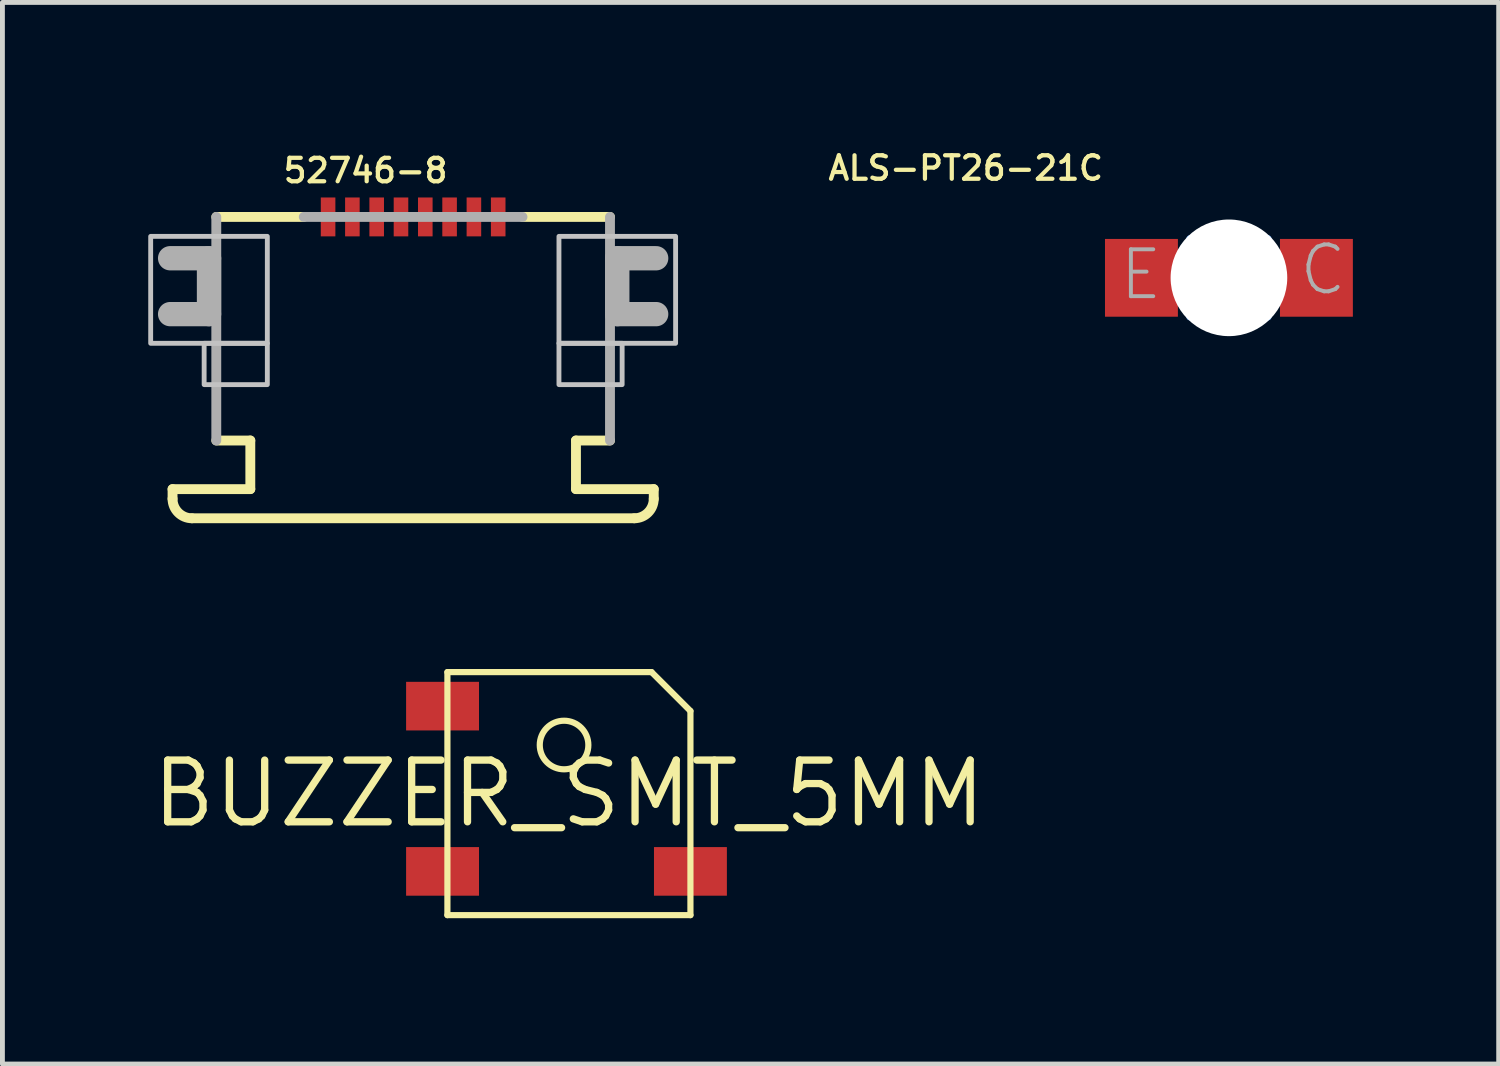
<source format=kicad_pcb>
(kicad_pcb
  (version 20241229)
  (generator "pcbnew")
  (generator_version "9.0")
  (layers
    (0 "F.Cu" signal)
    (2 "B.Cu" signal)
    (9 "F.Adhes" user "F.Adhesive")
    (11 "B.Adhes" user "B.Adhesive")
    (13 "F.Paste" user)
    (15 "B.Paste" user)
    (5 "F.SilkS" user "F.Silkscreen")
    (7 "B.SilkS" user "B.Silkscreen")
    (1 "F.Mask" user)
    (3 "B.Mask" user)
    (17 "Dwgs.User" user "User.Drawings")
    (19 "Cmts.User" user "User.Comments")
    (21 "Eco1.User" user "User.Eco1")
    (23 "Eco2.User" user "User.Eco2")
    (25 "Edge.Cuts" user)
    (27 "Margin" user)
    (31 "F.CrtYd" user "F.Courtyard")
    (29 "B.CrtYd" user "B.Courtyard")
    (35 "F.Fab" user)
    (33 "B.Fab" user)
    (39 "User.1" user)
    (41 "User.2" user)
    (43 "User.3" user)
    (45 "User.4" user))
  (footprint "ALS-PT26-21C"
    (layer "F.Cu")
    (at 22.234 2.666)
    (property "Reference" "ALS-PT26-21C" (at -2.54 -2.54 0) (layer "F.SilkS") (effects (font (size 0.483 0.483) (thickness 0.087)) (justify right top)))
    (attr through_hole)
    (fp_line (start -0.762 -0.762) (end -0.762 0.762) (stroke (width 0.152) (type solid)) (layer "F.SilkS"))
    (fp_line (start -0.762 0.762) (end 0 0.762) (stroke (width 0.152) (type solid)) (layer "F.SilkS"))
    (fp_line (start 0 -0.762) (end -0.762 -0.762) (stroke (width 0.152) (type solid)) (layer "F.SilkS"))
    (fp_line (start 0 -0.254) (end 0 -0.762) (stroke (width 0.152) (type solid)) (layer "F.SilkS"))
    (fp_line (start 0 0.254) (end 0.762 0.254) (stroke (width 0.152) (type solid)) (layer "F.SilkS"))
    (fp_line (start 0 0.762) (end 0 0.254) (stroke (width 0.152) (type solid)) (layer "F.SilkS"))
    (fp_line (start 0.762 -0.254) (end 0 -0.254) (stroke (width 0.152) (type solid)) (layer "F.SilkS"))
    (fp_line (start 0.762 0.254) (end 0.762 -0.254) (stroke (width 0.152) (type solid)) (layer "F.SilkS"))
    (fp_poly (pts (xy -2.5 0.8) (xy -1.3 0.8) (xy -1.3 -0.8) (xy -2.5 -0.8)) (stroke (width 0) (type solid)) (fill yes) (layer "F.Paste"))
    (fp_poly (pts (xy 1.3 0.8) (xy 2.5 0.8) (xy 2.5 -0.8) (xy 1.3 -0.8)) (stroke (width 0) (type solid)) (fill yes) (layer "F.Paste"))
    (fp_line (start -0.8 -0.8) (end -0.8 0.8) (stroke (width 0.152) (type solid)) (layer "Cmts.User"))
    (fp_line (start -0.8 0.8) (end 0.8 0.8) (stroke (width 0.152) (type solid)) (layer "Cmts.User"))
    (fp_line (start 0.8 -0.8) (end -0.8 -0.8) (stroke (width 0.152) (type solid)) (layer "Cmts.User"))
    (fp_line (start 0.8 0.8) (end 0.8 -0.8) (stroke (width 0.152) (type solid)) (layer "Cmts.User"))
    (fp_text user "C" (at 1.4 0.4 0) (layer "F.Fab") (effects (font (size 0.965 0.965) (thickness 0.081)) (justify left bottom)))
    (fp_text user "E" (at -2.3 0.5 0) (layer "F.Fab") (effects (font (size 0.965 0.965) (thickness 0.081)) (justify left bottom)))
    (pad "" np_thru_hole circle (at 0 0) (size 2.4 2.4) (drill 2.4) (layers "*.Cu" "*.Mask"))
    (pad "1_E" smd rect (at -1.8 0) (size 1.5 1.6) (layers "F.Cu" "F.Mask"))
    (pad "2_C" smd rect (at 1.8 0) (size 1.5 1.6) (layers "F.Cu" "F.Mask")))
  (footprint "52746-8"
    (layer "F.Cu")
    (at 5.45 2.013)
    (property "Reference" "52746-8" (at -2.715 -1.27 0) (layer "F.SilkS") (effects (font (size 0.483 0.483) (thickness 0.087)) (justify left bottom)))
    (attr through_hole)
    (fp_poly (pts (xy -5.4 2) (xy -3 2) (xy -3 -0.2) (xy -5.4 -0.2)) (stroke (width 0) (type solid)) (fill yes) (layer "F.Mask"))
    (fp_poly (pts (xy -4.3 2.85) (xy -3 2.85) (xy -3 2) (xy -4.3 2)) (stroke (width 0) (type solid)) (fill yes) (layer "F.Mask"))
    (fp_poly (pts (xy -1.925 -0.175) (xy -1.575 -0.175) (xy -1.575 -1.025) (xy -1.925 -1.025)) (stroke (width 0) (type solid)) (fill yes) (layer "F.Mask"))
    (fp_poly (pts (xy -1.425 -0.175) (xy -1.075 -0.175) (xy -1.075 -1.025) (xy -1.425 -1.025)) (stroke (width 0) (type solid)) (fill yes) (layer "F.Mask"))
    (fp_poly (pts (xy -0.925 -0.175) (xy -0.575 -0.175) (xy -0.575 -1.025) (xy -0.925 -1.025)) (stroke (width 0) (type solid)) (fill yes) (layer "F.Mask"))
    (fp_poly (pts (xy -0.425 -0.175) (xy -0.075 -0.175) (xy -0.075 -1.025) (xy -0.425 -1.025)) (stroke (width 0) (type solid)) (fill yes) (layer "F.Mask"))
    (fp_poly (pts (xy 0.075 -0.175) (xy 0.425 -0.175) (xy 0.425 -1.025) (xy 0.075 -1.025)) (stroke (width 0) (type solid)) (fill yes) (layer "F.Mask"))
    (fp_poly (pts (xy 0.575 -0.175) (xy 0.925 -0.175) (xy 0.925 -1.025) (xy 0.575 -1.025)) (stroke (width 0) (type solid)) (fill yes) (layer "F.Mask"))
    (fp_poly (pts (xy 1.075 -0.175) (xy 1.425 -0.175) (xy 1.425 -1.025) (xy 1.075 -1.025)) (stroke (width 0) (type solid)) (fill yes) (layer "F.Mask"))
    (fp_poly (pts (xy 1.575 -0.175) (xy 1.925 -0.175) (xy 1.925 -1.025) (xy 1.575 -1.025)) (stroke (width 0) (type solid)) (fill yes) (layer "F.Mask"))
    (fp_poly (pts (xy 3 2) (xy 5.4 2) (xy 5.4 -0.2) (xy 3 -0.2)) (stroke (width 0) (type solid)) (fill yes) (layer "F.Mask"))
    (fp_poly (pts (xy 3 2.85) (xy 4.3 2.85) (xy 4.3 2) (xy 3 2)) (stroke (width 0) (type solid)) (fill yes) (layer "F.Mask"))
    (fp_line (start -4.95 5) (end -3.35 5) (stroke (width 0.203) (type solid)) (layer "F.SilkS"))
    (fp_line (start -4.95 5.2) (end -4.95 5) (stroke (width 0.203) (type solid)) (layer "F.SilkS"))
    (fp_line (start -4.05 -0.6) (end -2.25 -0.6) (stroke (width 0.203) (type solid)) (layer "F.SilkS"))
    (fp_line (start -3.35 4) (end -4.05 4) (stroke (width 0.203) (type solid)) (layer "F.SilkS"))
    (fp_line (start -3.35 5) (end -3.35 4) (stroke (width 0.203) (type solid)) (layer "F.SilkS"))
    (fp_line (start 2.25 -0.6) (end 4.05 -0.6) (stroke (width 0.203) (type solid)) (layer "F.SilkS"))
    (fp_line (start 3.35 4) (end 3.35 5) (stroke (width 0.203) (type solid)) (layer "F.SilkS"))
    (fp_line (start 3.35 5) (end 4.95 5) (stroke (width 0.203) (type solid)) (layer "F.SilkS"))
    (fp_line (start 4.05 4) (end 3.35 4) (stroke (width 0.203) (type solid)) (layer "F.SilkS"))
    (fp_line (start 4.55 5.6) (end -4.55 5.6) (stroke (width 0.203) (type solid)) (layer "F.SilkS"))
    (fp_line (start 4.95 5) (end 4.95 5.2) (stroke (width 0.203) (type solid)) (layer "F.SilkS"))
    (fp_arc (start -4.55 5.6) (mid -4.832843 5.482843) (end -4.95 5.2) (stroke (width 0.2032) (type solid)) (layer "F.SilkS"))
    (fp_arc (start 4.95 5.2) (mid 4.832843 5.482843) (end 4.55 5.6) (stroke (width 0.2032) (type solid)) (layer "F.SilkS"))
    (fp_poly (pts (xy -5.275 1.9) (xy -3.1 1.9) (xy -3.1 -0.075) (xy -5.275 -0.075)) (stroke (width 0) (type solid)) (fill yes) (layer "F.Paste"))
    (fp_poly (pts (xy -4.2 2.75) (xy -3.1 2.75) (xy -3.1 1.9) (xy -4.2 1.9)) (stroke (width 0) (type solid)) (fill yes) (layer "F.Paste"))
    (fp_poly (pts (xy 3.1 1.9) (xy 5.275 1.9) (xy 5.275 -0.075) (xy 3.1 -0.075)) (stroke (width 0) (type solid)) (fill yes) (layer "F.Paste"))
    (fp_poly (pts (xy 3.1 2.75) (xy 4.2 2.75) (xy 4.2 1.9) (xy 3.1 1.9)) (stroke (width 0) (type solid)) (fill yes) (layer "F.Paste"))
    (fp_poly (pts (xy -5.4 2) (xy -3 2) (xy -3 -0.2) (xy -5.4 -0.2)) (stroke (width 0.1) (type solid)) (fill no) (layer "Dwgs.User"))
    (fp_poly (pts (xy -4.3 2.85) (xy -3 2.85) (xy -3 2) (xy -4.3 2)) (stroke (width 0.1) (type solid)) (fill no) (layer "Dwgs.User"))
    (fp_poly (pts (xy 3 2) (xy 5.4 2) (xy 5.4 -0.2) (xy 3 -0.2)) (stroke (width 0.1) (type solid)) (fill no) (layer "Dwgs.User"))
    (fp_poly (pts (xy 3 2.85) (xy 4.3 2.85) (xy 4.3 2) (xy 3 2)) (stroke (width 0.1) (type solid)) (fill no) (layer "Dwgs.User"))
    (fp_line (start -5 0.25) (end -4.2 0.25) (stroke (width 0.5) (type solid)) (layer "F.Fab"))
    (fp_line (start -4.2 0.25) (end -4.2 1.4) (stroke (width 0.5) (type solid)) (layer "F.Fab"))
    (fp_line (start -4.2 1.4) (end -5 1.4) (stroke (width 0.5) (type solid)) (layer "F.Fab"))
    (fp_line (start -4.05 4) (end -4.05 -0.6) (stroke (width 0.203) (type solid)) (layer "F.Fab"))
    (fp_line (start -2.25 -0.6) (end 2.25 -0.6) (stroke (width 0.203) (type solid)) (layer "F.Fab"))
    (fp_line (start 4.05 -0.6) (end 4.05 4) (stroke (width 0.203) (type solid)) (layer "F.Fab"))
    (fp_line (start 4.2 0.25) (end 5 0.25) (stroke (width 0.5) (type solid)) (layer "F.Fab"))
    (fp_line (start 4.2 1.4) (end 4.2 0.25) (stroke (width 0.5) (type solid)) (layer "F.Fab"))
    (fp_line (start 5 1.4) (end 4.2 1.4) (stroke (width 0.5) (type solid)) (layer "F.Fab"))
    (pad "1" smd rect (at -1.75 -0.6) (size 0.3 0.8) (layers "F.Cu" "F.Mask" "F.Paste"))
    (pad "2" smd rect (at -1.25 -0.6) (size 0.3 0.8) (layers "F.Cu" "F.Mask" "F.Paste"))
    (pad "3" smd rect (at -0.75 -0.6) (size 0.3 0.8) (layers "F.Cu" "F.Mask" "F.Paste"))
    (pad "4" smd rect (at -0.25 -0.6) (size 0.3 0.8) (layers "F.Cu" "F.Mask" "F.Paste"))
    (pad "5" smd rect (at 0.25 -0.6) (size 0.3 0.8) (layers "F.Cu" "F.Mask" "F.Paste"))
    (pad "6" smd rect (at 0.75 -0.6) (size 0.3 0.8) (layers "F.Cu" "F.Mask" "F.Paste"))
    (pad "7" smd rect (at 1.25 -0.6) (size 0.3 0.8) (layers "F.Cu" "F.Mask" "F.Paste"))
    (pad "8" smd rect (at 1.75 -0.6) (size 0.3 0.8) (layers "F.Cu" "F.Mask" "F.Paste")))
  (footprint "BUZZER_SMT_5MM"
    (layer "F.Cu")
    (at 8.655 13.278)
    (property "Reference" "BUZZER_SMT_5MM" (at 0 0 0) (layer "F.SilkS") (effects (font (size 1.27 1.27) (thickness 0.15))))
    (attr through_hole)
    (fp_line (start -2.5 -2.5) (end 1.7 -2.5) (stroke (width 0.127) (type solid)) (layer "F.SilkS"))
    (fp_line (start -2.5 2.5) (end -2.5 -2.5) (stroke (width 0.127) (type solid)) (layer "F.SilkS"))
    (fp_line (start 1.7 -2.5) (end 2.5 -1.7) (stroke (width 0.127) (type solid)) (layer "F.SilkS"))
    (fp_line (start 2.5 -1.7) (end 2.5 2.5) (stroke (width 0.127) (type solid)) (layer "F.SilkS"))
    (fp_line (start 2.5 2.5) (end -2.5 2.5) (stroke (width 0.127) (type solid)) (layer "F.SilkS"))
    (fp_circle (center -0.1 -1) (end 0.4 -1) (stroke (width 0.127) (type solid)) (fill no) (layer "F.SilkS"))
    (pad "+" smd rect (at -2.6 1.6 90) (size 1 1.5) (layers "F.Cu" "F.Mask" "F.Paste"))
    (pad "-" smd rect (at 2.5 1.6 90) (size 1 1.5) (layers "F.Cu" "F.Mask" "F.Paste"))
    (pad "MT" smd rect (at -2.6 -1.8 90) (size 1 1.5) (layers "F.Cu" "F.Mask" "F.Paste")))
  (gr_rect
    (start -3 -3)
    (end 27.784 18.842)
    (stroke (width 0.1) (type default))
    (fill no)
    (layer "Edge.Cuts")))
</source>
